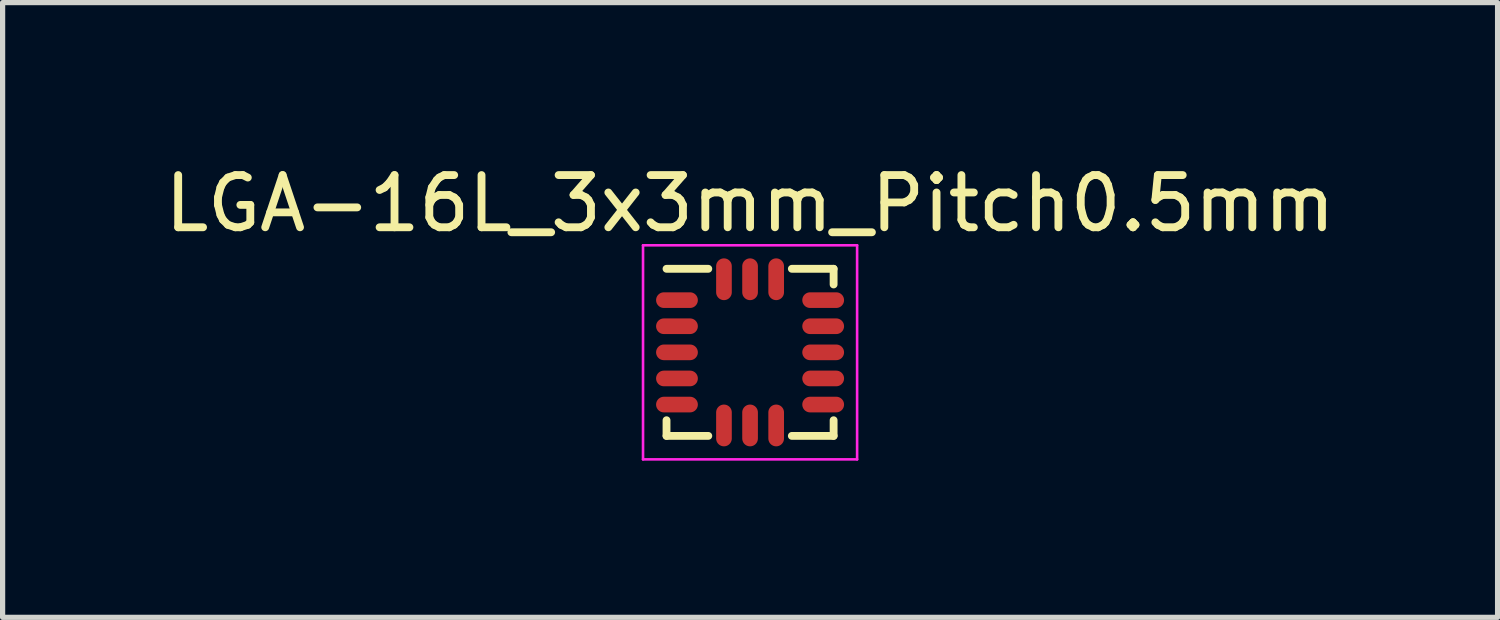
<source format=kicad_pcb>
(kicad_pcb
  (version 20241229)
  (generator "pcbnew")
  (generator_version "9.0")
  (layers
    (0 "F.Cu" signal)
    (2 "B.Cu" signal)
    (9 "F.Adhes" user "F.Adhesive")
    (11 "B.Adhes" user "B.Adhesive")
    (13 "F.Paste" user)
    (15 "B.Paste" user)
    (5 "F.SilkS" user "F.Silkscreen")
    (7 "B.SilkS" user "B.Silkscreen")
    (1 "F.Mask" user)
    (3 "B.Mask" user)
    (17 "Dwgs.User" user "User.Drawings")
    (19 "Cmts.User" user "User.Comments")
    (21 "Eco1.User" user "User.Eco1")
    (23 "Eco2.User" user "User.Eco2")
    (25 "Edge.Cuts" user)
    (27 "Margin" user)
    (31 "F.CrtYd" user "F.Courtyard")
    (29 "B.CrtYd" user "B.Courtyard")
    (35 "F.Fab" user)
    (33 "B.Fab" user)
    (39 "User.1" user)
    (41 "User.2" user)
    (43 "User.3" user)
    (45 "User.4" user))
  (footprint "LGA-16L_3x3mm_Pitch0.5mm"
    (layer "F.Cu")
    (at 11.315 3.698)
    (property "Reference" "LGA-16L_3x3mm_Pitch0.5mm" (at 0 -2.85 0) (layer "F.SilkS") (effects (font (size 1 1) (thickness 0.15))))
    (attr through_hole)
    (fp_line (start -1.6 -1.6) (end -0.8 -1.6) (stroke (width 0.15) (type solid)) (layer "F.SilkS"))
    (fp_line (start -1.6 1.6) (end -1.6 1.3) (stroke (width 0.15) (type solid)) (layer "F.SilkS"))
    (fp_line (start -0.8 1.6) (end -1.6 1.6) (stroke (width 0.15) (type solid)) (layer "F.SilkS"))
    (fp_line (start 0.8 -1.6) (end 1.6 -1.6) (stroke (width 0.15) (type solid)) (layer "F.SilkS"))
    (fp_line (start 1.6 -1.6) (end 1.6 -1.3) (stroke (width 0.15) (type solid)) (layer "F.SilkS"))
    (fp_line (start 1.6 1.3) (end 1.6 1.6) (stroke (width 0.15) (type solid)) (layer "F.SilkS"))
    (fp_line (start 1.6 1.6) (end 0.8 1.6) (stroke (width 0.15) (type solid)) (layer "F.SilkS"))
    (fp_line (start -2.05 -2.05) (end 2.05 -2.05) (stroke (width 0.05) (type solid)) (layer "F.CrtYd"))
    (fp_line (start -2.05 2.05) (end -2.05 -2.05) (stroke (width 0.05) (type solid)) (layer "F.CrtYd"))
    (fp_line (start 2.05 -2.05) (end 2.05 2.05) (stroke (width 0.05) (type solid)) (layer "F.CrtYd"))
    (fp_line (start 2.05 2.05) (end -2.05 2.05) (stroke (width 0.05) (type solid)) (layer "F.CrtYd"))
    (pad "1" smd oval (at -1.4 -1) (size 0.8 0.3) (layers "F.Cu" "F.Mask" "F.Paste"))
    (pad "2" smd oval (at -1.4 -0.5) (size 0.8 0.3) (layers "F.Cu" "F.Mask" "F.Paste"))
    (pad "3" smd oval (at -1.4 0) (size 0.8 0.3) (layers "F.Cu" "F.Mask" "F.Paste"))
    (pad "4" smd oval (at -1.4 0.5) (size 0.8 0.3) (layers "F.Cu" "F.Mask" "F.Paste"))
    (pad "5" smd oval (at -1.4 1) (size 0.8 0.3) (layers "F.Cu" "F.Mask" "F.Paste"))
    (pad "6" smd oval (at -0.5 1.4 90) (size 0.8 0.3) (layers "F.Cu" "F.Mask" "F.Paste"))
    (pad "7" smd oval (at 0 1.4 90) (size 0.8 0.3) (layers "F.Cu" "F.Mask" "F.Paste"))
    (pad "8" smd oval (at 0.5 1.4 90) (size 0.8 0.3) (layers "F.Cu" "F.Mask" "F.Paste"))
    (pad "9" smd oval (at 1.4 1) (size 0.8 0.3) (layers "F.Cu" "F.Mask" "F.Paste"))
    (pad "10" smd oval (at 1.4 0.5) (size 0.8 0.3) (layers "F.Cu" "F.Mask" "F.Paste"))
    (pad "11" smd oval (at 1.4 0) (size 0.8 0.3) (layers "F.Cu" "F.Mask" "F.Paste"))
    (pad "12" smd oval (at 1.4 -0.5) (size 0.8 0.3) (layers "F.Cu" "F.Mask" "F.Paste"))
    (pad "13" smd oval (at 1.4 -1) (size 0.8 0.3) (layers "F.Cu" "F.Mask" "F.Paste"))
    (pad "14" smd oval (at 0.5 -1.4 90) (size 0.8 0.3) (layers "F.Cu" "F.Mask" "F.Paste"))
    (pad "15" smd oval (at 0 -1.4 90) (size 0.8 0.3) (layers "F.Cu" "F.Mask" "F.Paste"))
    (pad "16" smd oval (at -0.5 -1.4 90) (size 0.8 0.3) (layers "F.Cu" "F.Mask" "F.Paste")))
  (gr_rect
    (start -3 -3)
    (end 25.631 8.773)
    (stroke (width 0.1) (type default))
    (fill no)
    (layer "Edge.Cuts")))
</source>
